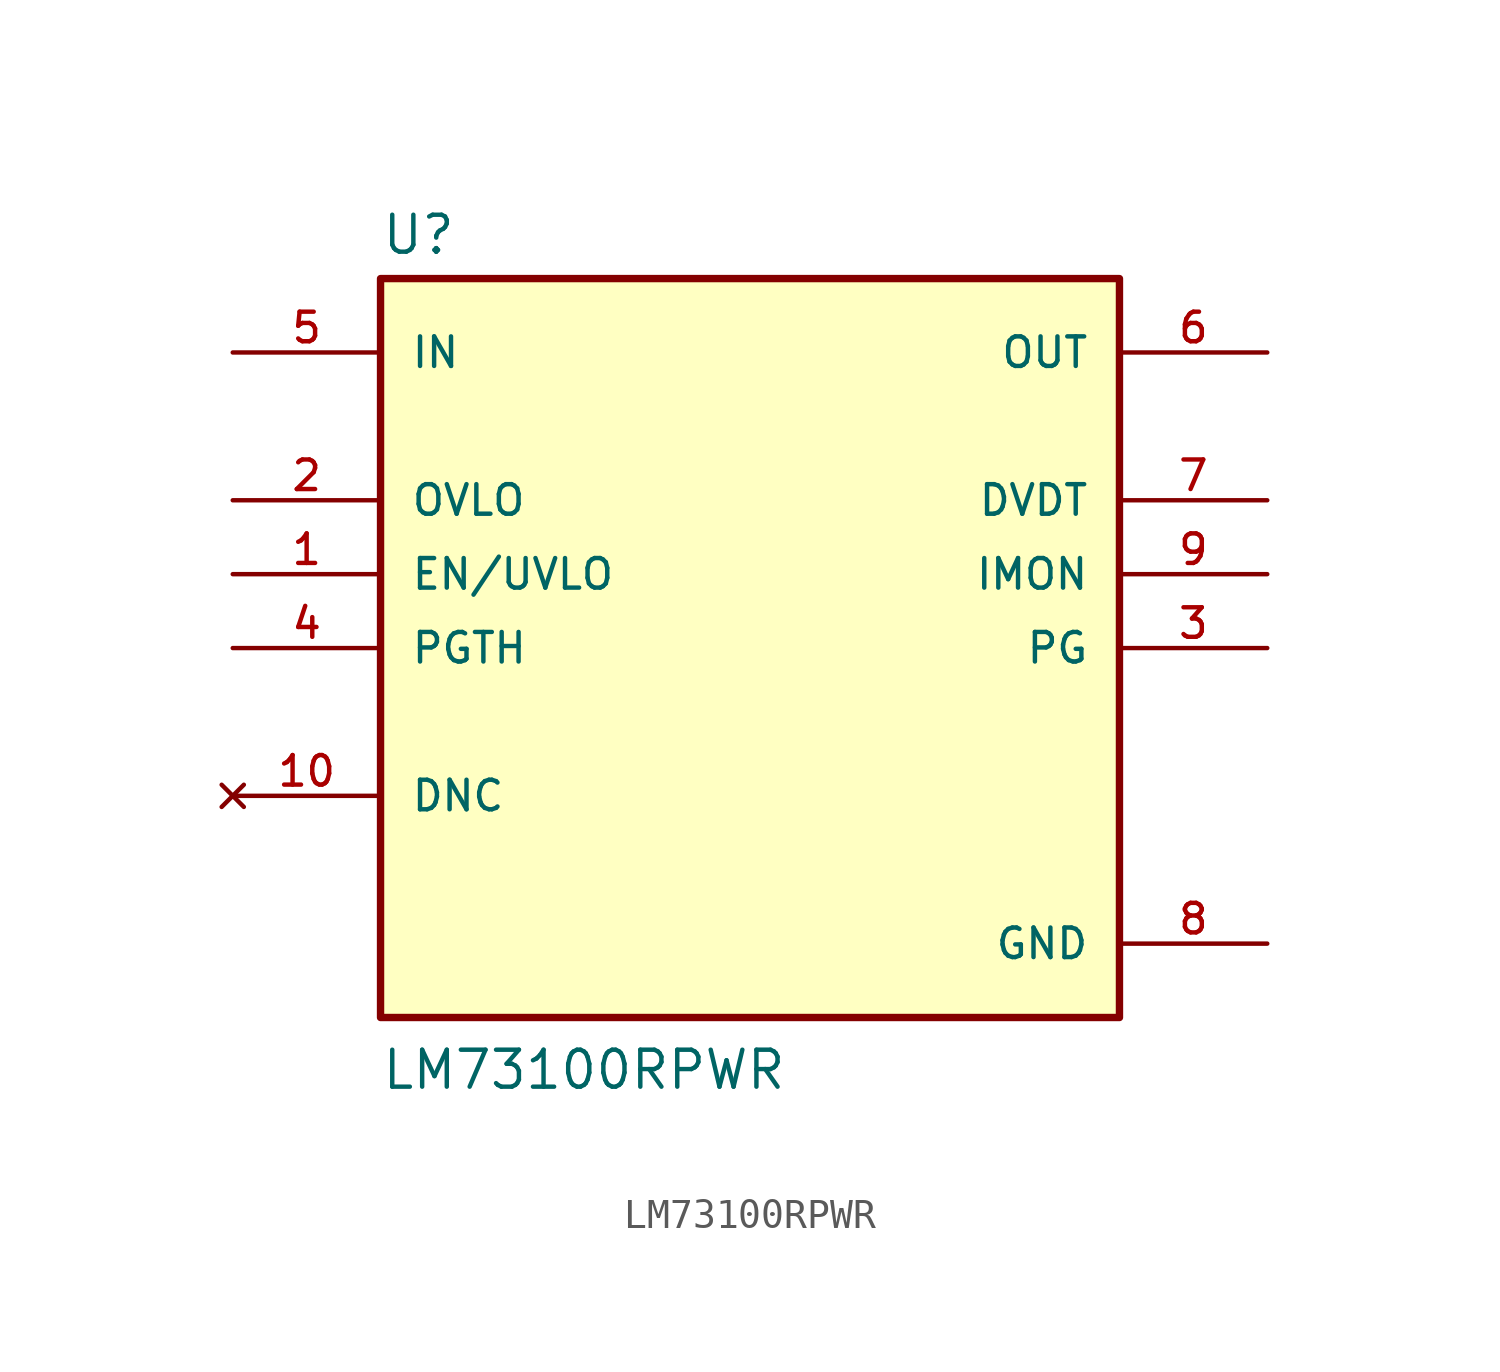
<source format=kicad_sym>
(kicad_symbol_lib
  (version 20211014)
  (generator kicad_symbol_editor)
  (symbol "LM73100RPWR"
    (pin_names
      (offset 1.016))
    (property "Reference" "U"
      (at -12.7 13.462 0)
      (effects (font (size 1.27 1.27)) (justify bottom left)))
    (property "Value" "LM73100RPWR"
      (at -12.7 -15.24 0)
      (effects (font (size 1.27 1.27)) (justify bottom left)))
    (symbol "LM73100RPWR_0_0"
      (rectangle (start -12.7 -12.7) (end 12.7 12.7) (stroke (width 0.254)) (fill (type background)))
      (pin input line (at -17.78 2.54 0) (length 5.08) (name "EN/UVLO" (effects (font (size 1.016 1.016)))) (number "1" (effects (font (size 1.016 1.016)))))
      (pin input line (at -17.78 5.08 0) (length 5.08) (name "OVLO" (effects (font (size 1.016 1.016)))) (number "2" (effects (font (size 1.016 1.016)))))
      (pin output line (at 17.78 0.0 180.0) (length 5.08) (name "PG" (effects (font (size 1.016 1.016)))) (number "3" (effects (font (size 1.016 1.016)))))
      (pin input line (at -17.78 0.0 0) (length 5.08) (name "PGTH" (effects (font (size 1.016 1.016)))) (number "4" (effects (font (size 1.016 1.016)))))
      (pin input line (at -17.78 10.16 0) (length 5.08) (name "IN" (effects (font (size 1.016 1.016)))) (number "5" (effects (font (size 1.016 1.016)))))
      (pin output line (at 17.78 10.16 180.0) (length 5.08) (name "OUT" (effects (font (size 1.016 1.016)))) (number "6" (effects (font (size 1.016 1.016)))))
      (pin output line (at 17.78 5.08 180.0) (length 5.08) (name "DVDT" (effects (font (size 1.016 1.016)))) (number "7" (effects (font (size 1.016 1.016)))))
      (pin output line (at 17.78 2.54 180.0) (length 5.08) (name "IMON" (effects (font (size 1.016 1.016)))) (number "9" (effects (font (size 1.016 1.016)))))
      (pin no_connect line (at -17.78 -5.08 0) (length 5.08) (name "DNC" (effects (font (size 1.016 1.016)))) (number "10" (effects (font (size 1.016 1.016)))))
      (pin power_in line (at 17.78 -10.16 180.0) (length 5.08) (name "GND" (effects (font (size 1.016 1.016)))) (number "8" (effects (font (size 1.016 1.016))))))))
</source>
